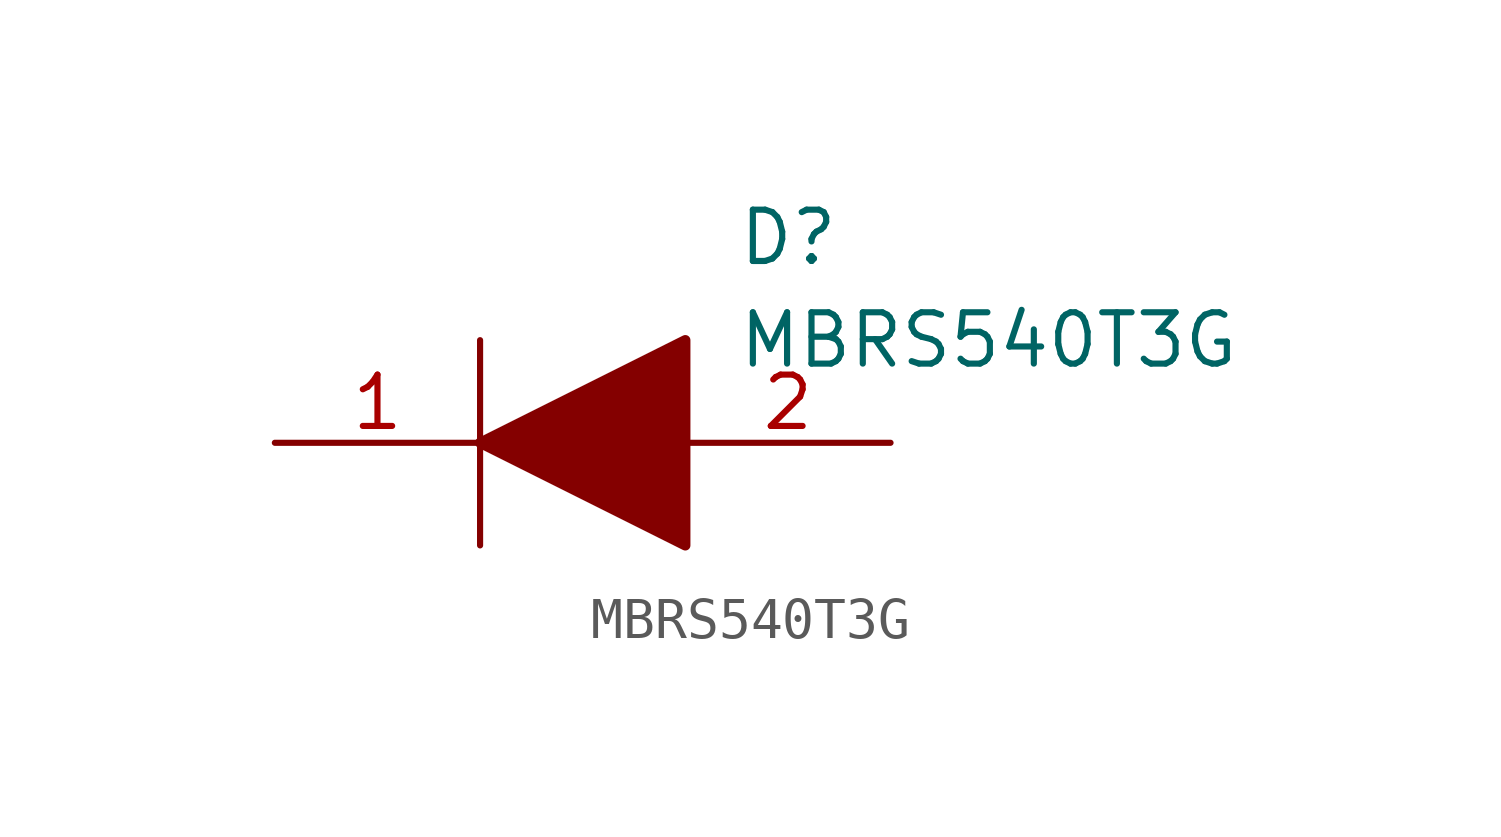
<source format=kicad_sym>
(kicad_symbol_lib
  (version 20231120)
  (generator "kicad_symbol_editor")
  (generator_version "8.0")
  (symbol "MBRS540T3G"
    (pin_names
      (offset 0.762))
    (property "Reference" "D"
      (at 11.43 5.08 0)
      (effects (font (size 1.27 1.27)) (justify left)))
    (property "Value" "MBRS540T3G"
      (at 11.43 2.54 0)
      (effects (font (size 1.27 1.27)) (justify left)))
    (symbol "MBRS540T3G_0_0"
      (pin passive line (at 0 0 0) (length 5.08) (name "~" (effects (font (size 1.27 1.27)))) (number "1" (effects (font (size 1.27 1.27)))))
      (pin passive line (at 15.24 0 180) (length 5.08) (name "~" (effects (font (size 1.27 1.27)))) (number "2" (effects (font (size 1.27 1.27))))))
    (symbol "MBRS540T3G_0_1"
      (polyline (pts (xy 5.08 2.54) (xy 5.08 -2.54)) (stroke (width 0.152) (type solid)) (fill (type none)))
      (polyline (pts (xy 5.08 0) (xy 10.16 2.54) (xy 10.16 -2.54) (xy 5.08 0)) (stroke (width 0.254) (type solid)) (fill (type outline))))))
</source>
